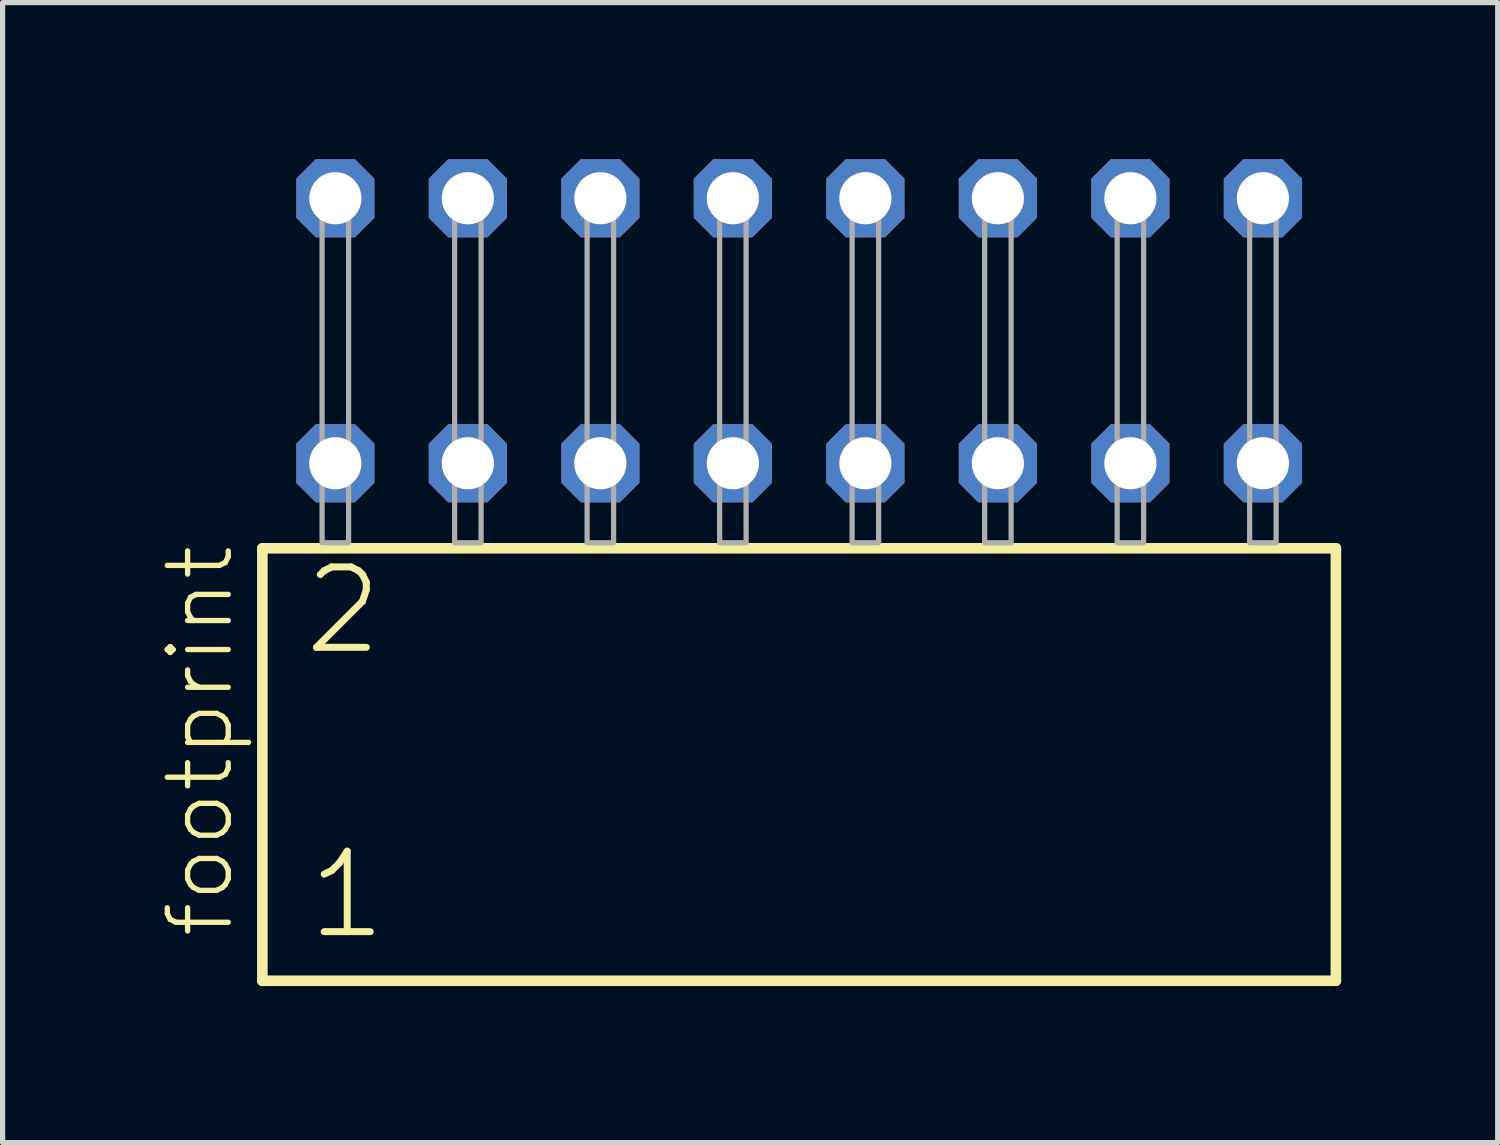
<source format=kicad_pcb>
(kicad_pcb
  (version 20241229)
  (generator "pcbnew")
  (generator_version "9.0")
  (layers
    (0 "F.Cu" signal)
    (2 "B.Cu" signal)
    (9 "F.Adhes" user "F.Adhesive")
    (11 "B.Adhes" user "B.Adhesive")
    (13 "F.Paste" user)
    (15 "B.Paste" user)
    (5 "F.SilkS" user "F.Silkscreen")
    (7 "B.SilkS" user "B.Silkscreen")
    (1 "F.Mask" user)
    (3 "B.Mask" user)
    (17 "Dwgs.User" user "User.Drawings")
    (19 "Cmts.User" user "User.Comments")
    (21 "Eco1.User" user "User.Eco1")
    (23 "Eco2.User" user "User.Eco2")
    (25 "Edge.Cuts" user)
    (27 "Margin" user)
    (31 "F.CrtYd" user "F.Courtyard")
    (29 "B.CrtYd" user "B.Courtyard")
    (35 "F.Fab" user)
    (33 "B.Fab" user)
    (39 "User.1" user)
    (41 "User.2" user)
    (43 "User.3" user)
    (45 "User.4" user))
  (footprint "footprint"
    (layer "F.Cu")
    (at 12.268 7.354)
    (property "Reference" "footprint" (at -10.795 7.62 90) (layer "F.SilkS") (effects (font (size 1.168 1.168) (thickness 0.102)) (justify left bottom)))
    (fp_line (start -10.289 0.106) (end -10.289 8.396) (stroke (width 0.203) (type solid)) (layer "F.SilkS"))
    (fp_line (start -10.289 8.396) (end 10.289 8.396) (stroke (width 0.203) (type solid)) (layer "F.SilkS"))
    (fp_line (start 10.289 0.106) (end -10.289 0.106) (stroke (width 0.203) (type solid)) (layer "F.SilkS"))
    (fp_line (start 10.289 8.396) (end 10.289 0.106) (stroke (width 0.203) (type solid)) (layer "F.SilkS"))
    (fp_poly (pts (xy -9.144 0) (xy -8.636 0) (xy -8.636 -6.858) (xy -9.144 -6.858)) (stroke (width 0.1) (type solid)) (fill no) (layer "F.Fab"))
    (fp_poly (pts (xy -6.604 0) (xy -6.096 0) (xy -6.096 -6.858) (xy -6.604 -6.858)) (stroke (width 0.1) (type solid)) (fill no) (layer "F.Fab"))
    (fp_poly (pts (xy -4.064 0) (xy -3.556 0) (xy -3.556 -6.858) (xy -4.064 -6.858)) (stroke (width 0.1) (type solid)) (fill no) (layer "F.Fab"))
    (fp_poly (pts (xy -1.524 0) (xy -1.016 0) (xy -1.016 -6.858) (xy -1.524 -6.858)) (stroke (width 0.1) (type solid)) (fill no) (layer "F.Fab"))
    (fp_poly (pts (xy 1.016 0) (xy 1.524 0) (xy 1.524 -6.858) (xy 1.016 -6.858)) (stroke (width 0.1) (type solid)) (fill no) (layer "F.Fab"))
    (fp_poly (pts (xy 3.556 0) (xy 4.064 0) (xy 4.064 -6.858) (xy 3.556 -6.858)) (stroke (width 0.1) (type solid)) (fill no) (layer "F.Fab"))
    (fp_poly (pts (xy 6.096 0) (xy 6.604 0) (xy 6.604 -6.858) (xy 6.096 -6.858)) (stroke (width 0.1) (type solid)) (fill no) (layer "F.Fab"))
    (fp_poly (pts (xy 8.636 0) (xy 9.144 0) (xy 9.144 -6.858) (xy 8.636 -6.858)) (stroke (width 0.1) (type solid)) (fill no) (layer "F.Fab"))
    (fp_text user "1" (at -9.485 7.65 0) (layer "F.SilkS") (effects (font (size 1.542 1.542) (thickness 0.134)) (justify left bottom)))
    (fp_text user "2" (at -9.56 2.2 0) (layer "F.SilkS") (effects (font (size 1.542 1.542) (thickness 0.134)) (justify left bottom)))
    (pad "1" thru_hole roundrect (at -8.89 -1.524) (size 1.5 1.5) (drill 1) (layers "*.Cu" "*.Mask") (roundrect_rratio 0.25) (chamfer_ratio 0.25) (chamfer top_left top_right bottom_left bottom_right))
    (pad "2" thru_hole roundrect (at -8.89 -6.604) (size 1.5 1.5) (drill 1) (layers "*.Cu" "*.Mask") (roundrect_rratio 0.25) (chamfer_ratio 0.25) (chamfer top_left top_right bottom_left bottom_right))
    (pad "3" thru_hole roundrect (at -6.35 -1.524) (size 1.5 1.5) (drill 1) (layers "*.Cu" "*.Mask") (roundrect_rratio 0.25) (chamfer_ratio 0.25) (chamfer top_left top_right bottom_left bottom_right))
    (pad "4" thru_hole roundrect (at -6.35 -6.604) (size 1.5 1.5) (drill 1) (layers "*.Cu" "*.Mask") (roundrect_rratio 0.25) (chamfer_ratio 0.25) (chamfer top_left top_right bottom_left bottom_right))
    (pad "5" thru_hole roundrect (at -3.81 -1.524) (size 1.5 1.5) (drill 1) (layers "*.Cu" "*.Mask") (roundrect_rratio 0.25) (chamfer_ratio 0.25) (chamfer top_left top_right bottom_left bottom_right))
    (pad "6" thru_hole roundrect (at -3.81 -6.604) (size 1.5 1.5) (drill 1) (layers "*.Cu" "*.Mask") (roundrect_rratio 0.25) (chamfer_ratio 0.25) (chamfer top_left top_right bottom_left bottom_right))
    (pad "7" thru_hole roundrect (at -1.27 -1.524) (size 1.5 1.5) (drill 1) (layers "*.Cu" "*.Mask") (roundrect_rratio 0.25) (chamfer_ratio 0.25) (chamfer top_left top_right bottom_left bottom_right))
    (pad "8" thru_hole roundrect (at -1.27 -6.604) (size 1.5 1.5) (drill 1) (layers "*.Cu" "*.Mask") (roundrect_rratio 0.25) (chamfer_ratio 0.25) (chamfer top_left top_right bottom_left bottom_right))
    (pad "9" thru_hole roundrect (at 1.27 -1.524) (size 1.5 1.5) (drill 1) (layers "*.Cu" "*.Mask") (roundrect_rratio 0.25) (chamfer_ratio 0.25) (chamfer top_left top_right bottom_left bottom_right))
    (pad "10" thru_hole roundrect (at 1.27 -6.604) (size 1.5 1.5) (drill 1) (layers "*.Cu" "*.Mask") (roundrect_rratio 0.25) (chamfer_ratio 0.25) (chamfer top_left top_right bottom_left bottom_right))
    (pad "11" thru_hole roundrect (at 3.81 -1.524) (size 1.5 1.5) (drill 1) (layers "*.Cu" "*.Mask") (roundrect_rratio 0.25) (chamfer_ratio 0.25) (chamfer top_left top_right bottom_left bottom_right))
    (pad "12" thru_hole roundrect (at 3.81 -6.604) (size 1.5 1.5) (drill 1) (layers "*.Cu" "*.Mask") (roundrect_rratio 0.25) (chamfer_ratio 0.25) (chamfer top_left top_right bottom_left bottom_right))
    (pad "13" thru_hole roundrect (at 6.35 -1.524) (size 1.5 1.5) (drill 1) (layers "*.Cu" "*.Mask") (roundrect_rratio 0.25) (chamfer_ratio 0.25) (chamfer top_left top_right bottom_left bottom_right))
    (pad "14" thru_hole roundrect (at 6.35 -6.604) (size 1.5 1.5) (drill 1) (layers "*.Cu" "*.Mask") (roundrect_rratio 0.25) (chamfer_ratio 0.25) (chamfer top_left top_right bottom_left bottom_right))
    (pad "15" thru_hole roundrect (at 8.89 -1.524) (size 1.5 1.5) (drill 1) (layers "*.Cu" "*.Mask") (roundrect_rratio 0.25) (chamfer_ratio 0.25) (chamfer top_left top_right bottom_left bottom_right))
    (pad "16" thru_hole roundrect (at 8.89 -6.604) (size 1.5 1.5) (drill 1) (layers "*.Cu" "*.Mask") (roundrect_rratio 0.25) (chamfer_ratio 0.25) (chamfer top_left top_right bottom_left bottom_right)))
  (gr_rect
    (start -3 -3)
    (end 25.659 18.852)
    (stroke (width 0.1) (type default))
    (fill no)
    (layer "Edge.Cuts")))
</source>
